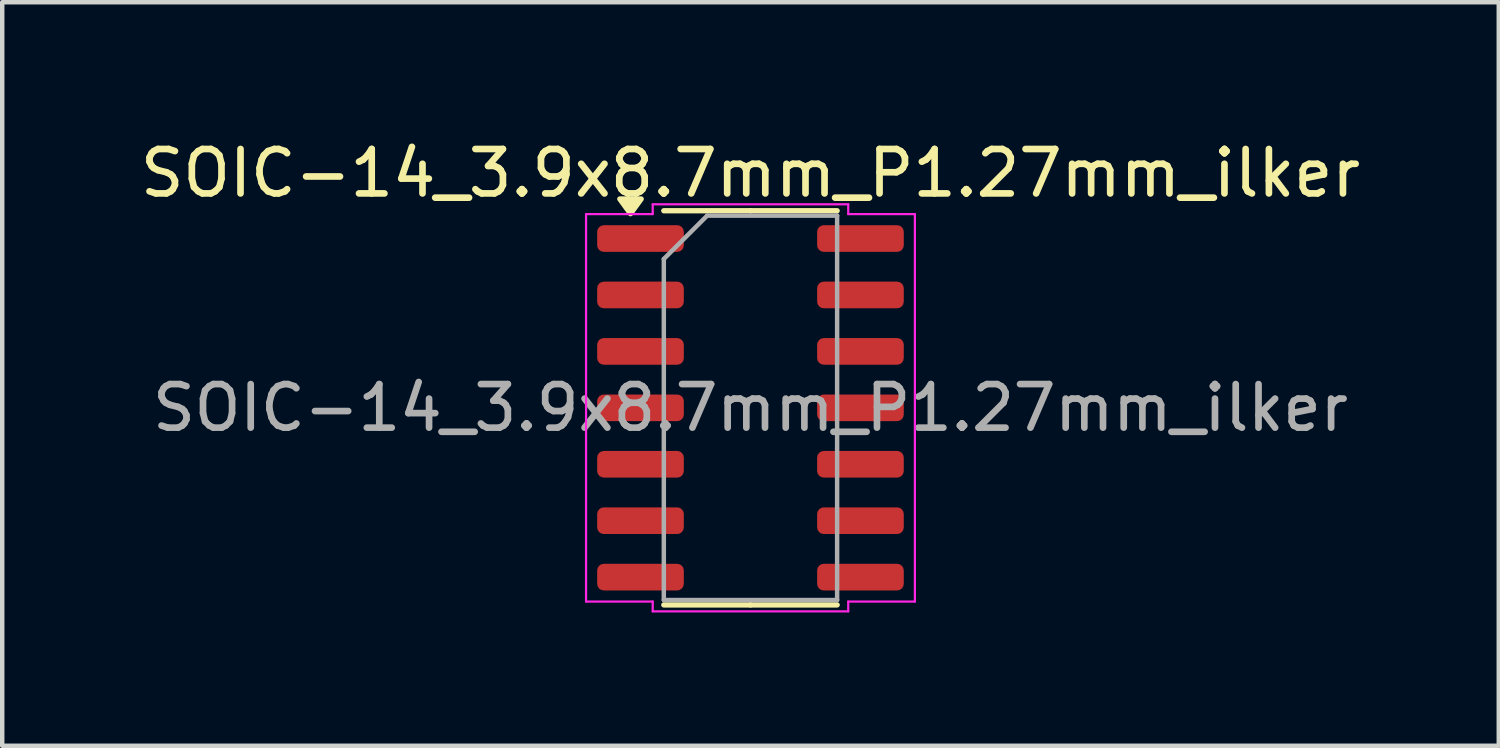
<source format=kicad_pcb>
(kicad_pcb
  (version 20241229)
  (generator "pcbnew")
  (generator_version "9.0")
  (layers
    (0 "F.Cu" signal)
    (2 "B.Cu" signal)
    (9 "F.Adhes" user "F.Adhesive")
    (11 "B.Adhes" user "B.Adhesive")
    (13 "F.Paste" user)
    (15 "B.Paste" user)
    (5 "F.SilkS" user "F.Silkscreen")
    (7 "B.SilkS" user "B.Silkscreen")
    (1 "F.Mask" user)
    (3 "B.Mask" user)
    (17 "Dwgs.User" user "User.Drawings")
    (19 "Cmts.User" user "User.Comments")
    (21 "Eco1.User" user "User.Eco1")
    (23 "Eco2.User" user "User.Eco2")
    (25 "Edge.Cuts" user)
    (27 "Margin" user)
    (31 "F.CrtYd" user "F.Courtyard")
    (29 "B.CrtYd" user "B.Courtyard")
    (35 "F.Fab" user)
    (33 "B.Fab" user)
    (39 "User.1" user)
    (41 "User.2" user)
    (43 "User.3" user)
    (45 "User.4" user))
  (footprint "SOIC-14_3.9x8.7mm_P1.27mm_ilker"
    (layer "F.Cu")
    (at 13.839 6.128)
    (property "Reference" "SOIC-14_3.9x8.7mm_P1.27mm_ilker" (at 0 -5.28 0) (layer "F.SilkS") (effects (font (size 1 1) (thickness 0.15))))
    (attr smd)
    (fp_line (start 0 -4.435) (end -1.95 -4.435) (stroke (width 0.12) (type solid)) (layer "F.SilkS"))
    (fp_line (start 0 -4.435) (end 1.95 -4.435) (stroke (width 0.12) (type solid)) (layer "F.SilkS"))
    (fp_line (start 0 4.435) (end -1.95 4.435) (stroke (width 0.12) (type solid)) (layer "F.SilkS"))
    (fp_line (start 0 4.435) (end 1.95 4.435) (stroke (width 0.12) (type solid)) (layer "F.SilkS"))
    (fp_poly (pts (xy -2.7 -4.37) (xy -2.94 -4.7) (xy -2.46 -4.7)) (stroke (width 0.12) (type solid)) (fill yes) (layer "F.SilkS"))
    (fp_line (start -3.7 -4.36) (end -2.2 -4.36) (stroke (width 0.05) (type solid)) (layer "F.CrtYd"))
    (fp_line (start -3.7 4.36) (end -3.7 -4.36) (stroke (width 0.05) (type solid)) (layer "F.CrtYd"))
    (fp_line (start -2.2 -4.58) (end 2.2 -4.58) (stroke (width 0.05) (type solid)) (layer "F.CrtYd"))
    (fp_line (start -2.2 -4.36) (end -2.2 -4.58) (stroke (width 0.05) (type solid)) (layer "F.CrtYd"))
    (fp_line (start -2.2 4.36) (end -3.7 4.36) (stroke (width 0.05) (type solid)) (layer "F.CrtYd"))
    (fp_line (start -2.2 4.58) (end -2.2 4.36) (stroke (width 0.05) (type solid)) (layer "F.CrtYd"))
    (fp_line (start 2.2 -4.58) (end 2.2 -4.36) (stroke (width 0.05) (type solid)) (layer "F.CrtYd"))
    (fp_line (start 2.2 -4.36) (end 3.7 -4.36) (stroke (width 0.05) (type solid)) (layer "F.CrtYd"))
    (fp_line (start 2.2 4.36) (end 2.2 4.58) (stroke (width 0.05) (type solid)) (layer "F.CrtYd"))
    (fp_line (start 2.2 4.58) (end -2.2 4.58) (stroke (width 0.05) (type solid)) (layer "F.CrtYd"))
    (fp_line (start 3.7 -4.36) (end 3.7 4.36) (stroke (width 0.05) (type solid)) (layer "F.CrtYd"))
    (fp_line (start 3.7 4.36) (end 2.2 4.36) (stroke (width 0.05) (type solid)) (layer "F.CrtYd"))
    (fp_line (start -1.95 -3.35) (end -0.975 -4.325) (stroke (width 0.1) (type solid)) (layer "F.Fab"))
    (fp_line (start -1.95 4.325) (end -1.95 -3.35) (stroke (width 0.1) (type solid)) (layer "F.Fab"))
    (fp_line (start -0.975 -4.325) (end 1.95 -4.325) (stroke (width 0.1) (type solid)) (layer "F.Fab"))
    (fp_line (start 1.95 -4.325) (end 1.95 4.325) (stroke (width 0.1) (type solid)) (layer "F.Fab"))
    (fp_line (start 1.95 4.325) (end -1.95 4.325) (stroke (width 0.1) (type solid)) (layer "F.Fab"))
    (fp_text user "${REFERENCE}" (at 0 0 0) (layer "F.Fab") (effects (font (size 0.98 0.98) (thickness 0.15))))
    (pad "1" smd roundrect (at -2.475 -3.81) (size 1.95 0.6) (layers "F.Cu" "F.Mask" "F.Paste") (roundrect_rratio 0.25))
    (pad "2" smd roundrect (at -2.475 -2.54) (size 1.95 0.6) (layers "F.Cu" "F.Mask" "F.Paste") (roundrect_rratio 0.25))
    (pad "3" smd roundrect (at -2.475 -1.27) (size 1.95 0.6) (layers "F.Cu" "F.Mask" "F.Paste") (roundrect_rratio 0.25))
    (pad "4" smd roundrect (at -2.475 0) (size 1.95 0.6) (layers "F.Cu" "F.Mask" "F.Paste") (roundrect_rratio 0.25))
    (pad "5" smd roundrect (at -2.475 1.27) (size 1.95 0.6) (layers "F.Cu" "F.Mask" "F.Paste") (roundrect_rratio 0.25))
    (pad "6" smd roundrect (at -2.475 2.54) (size 1.95 0.6) (layers "F.Cu" "F.Mask" "F.Paste") (roundrect_rratio 0.25))
    (pad "7" smd roundrect (at -2.475 3.81) (size 1.95 0.6) (layers "F.Cu" "F.Mask" "F.Paste") (roundrect_rratio 0.25))
    (pad "8" smd roundrect (at 2.475 3.81) (size 1.95 0.6) (layers "F.Cu" "F.Mask" "F.Paste") (roundrect_rratio 0.25))
    (pad "9" smd roundrect (at 2.475 2.54) (size 1.95 0.6) (layers "F.Cu" "F.Mask" "F.Paste") (roundrect_rratio 0.25))
    (pad "10" smd roundrect (at 2.475 1.27) (size 1.95 0.6) (layers "F.Cu" "F.Mask" "F.Paste") (roundrect_rratio 0.25))
    (pad "11" smd roundrect (at 2.475 0) (size 1.95 0.6) (layers "F.Cu" "F.Mask" "F.Paste") (roundrect_rratio 0.25))
    (pad "12" smd roundrect (at 2.475 -1.27) (size 1.95 0.6) (layers "F.Cu" "F.Mask" "F.Paste") (roundrect_rratio 0.25))
    (pad "13" smd roundrect (at 2.475 -2.54) (size 1.95 0.6) (layers "F.Cu" "F.Mask" "F.Paste") (roundrect_rratio 0.25))
    (pad "14" smd roundrect (at 2.475 -3.81) (size 1.95 0.6) (layers "F.Cu" "F.Mask" "F.Paste") (roundrect_rratio 0.25)))
  (gr_rect
    (start -3 -3)
    (end 30.679 13.733)
    (stroke (width 0.1) (type default))
    (fill no)
    (layer "Edge.Cuts")))
</source>
